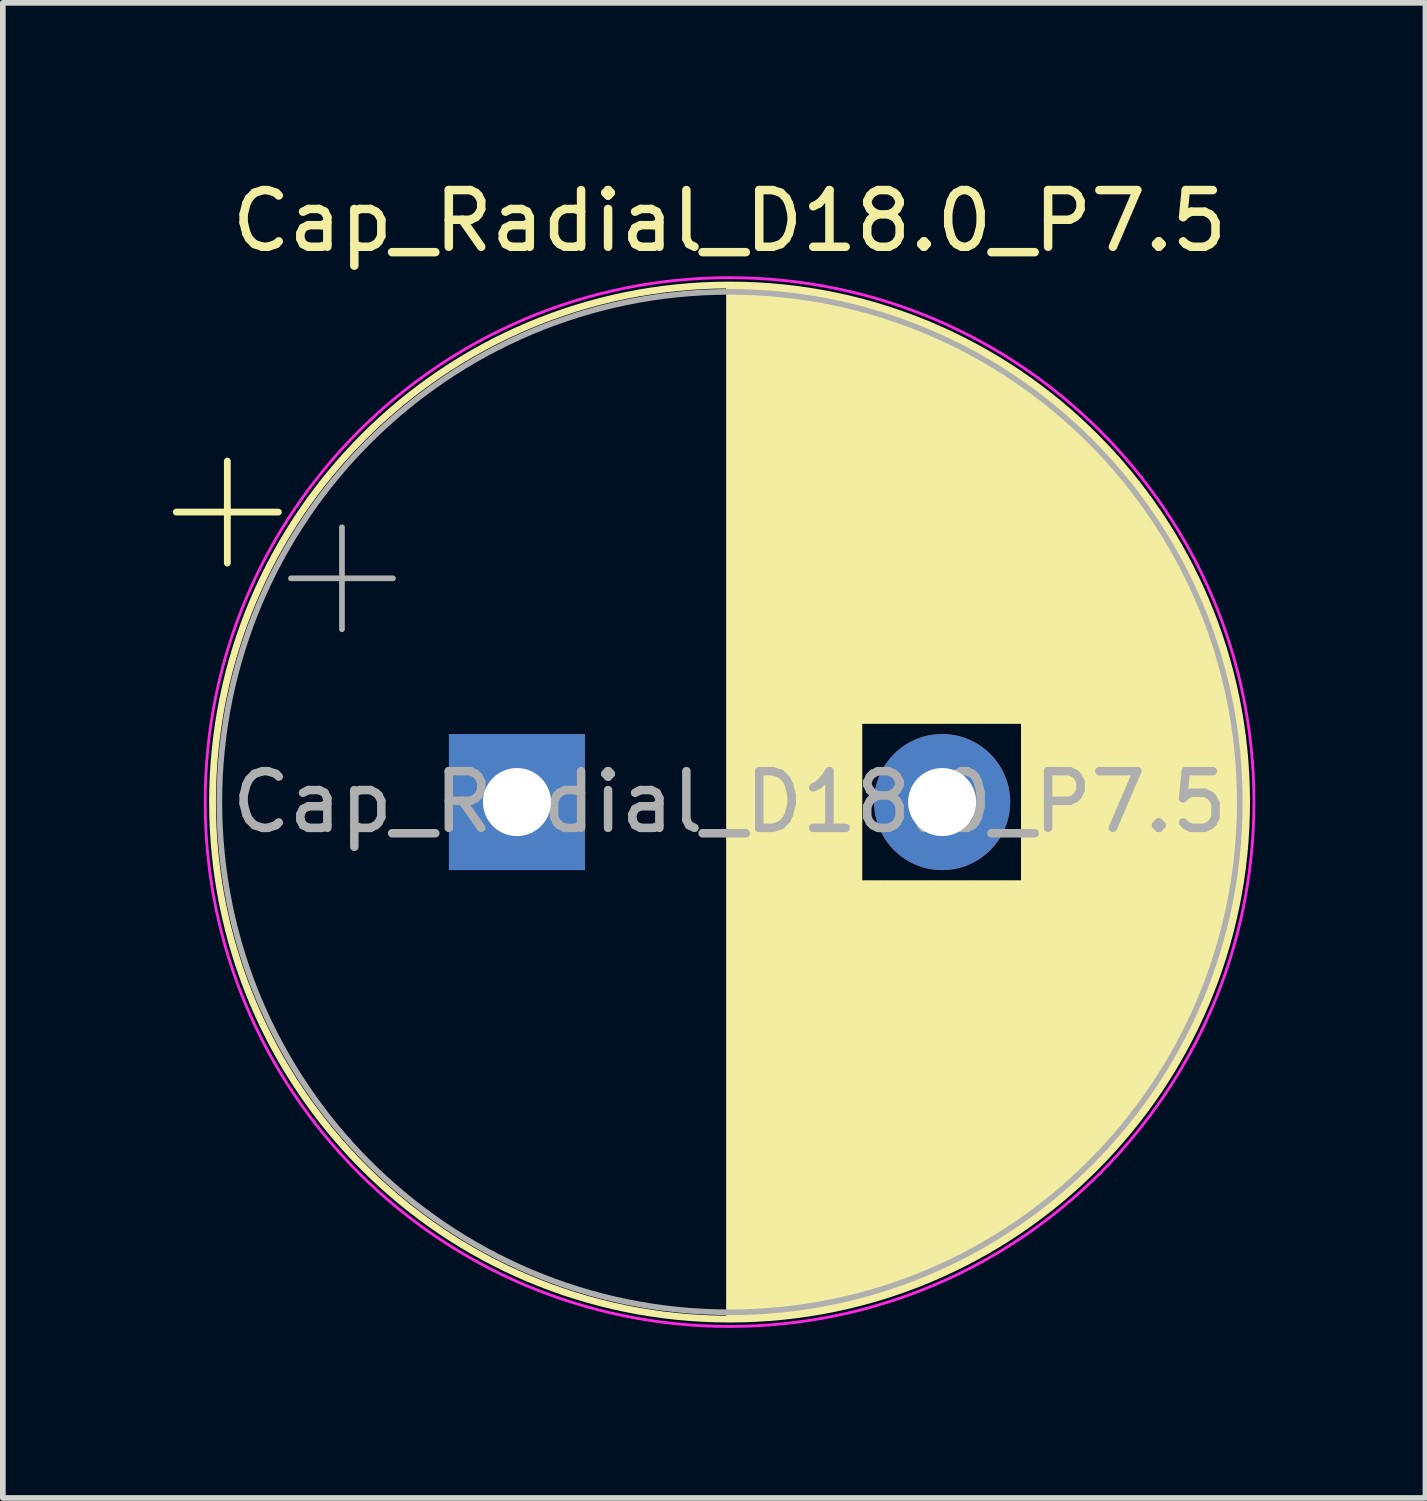
<source format=kicad_pcb>
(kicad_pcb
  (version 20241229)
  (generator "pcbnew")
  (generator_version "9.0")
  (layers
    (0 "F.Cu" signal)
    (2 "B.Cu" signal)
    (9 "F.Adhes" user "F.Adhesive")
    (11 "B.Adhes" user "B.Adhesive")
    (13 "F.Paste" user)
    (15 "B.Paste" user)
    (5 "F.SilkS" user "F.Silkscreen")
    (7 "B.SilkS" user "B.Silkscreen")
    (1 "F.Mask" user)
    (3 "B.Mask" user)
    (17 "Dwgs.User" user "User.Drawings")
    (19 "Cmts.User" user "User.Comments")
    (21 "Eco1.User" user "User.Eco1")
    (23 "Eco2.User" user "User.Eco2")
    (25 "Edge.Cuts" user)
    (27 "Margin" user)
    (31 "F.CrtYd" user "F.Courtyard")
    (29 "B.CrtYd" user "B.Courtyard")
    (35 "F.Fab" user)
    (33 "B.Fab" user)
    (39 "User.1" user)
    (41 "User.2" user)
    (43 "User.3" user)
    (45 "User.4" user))
  (footprint "Cap_Radial_D18.0_P7.5"
    (layer "F.Cu")
    (at 9.819 11.098)
    (property "Reference" "Cap_Radial_D18.0_P7.5" (at 0 -10.25 0) (layer "F.SilkS") (effects (font (size 1 1) (thickness 0.15))))
    (attr through_hole)
    (fp_line (start -9.759 -5.115) (end -7.959 -5.115) (stroke (width 0.12) (type solid)) (layer "F.SilkS"))
    (fp_line (start -8.859 -6.015) (end -8.859 -4.215) (stroke (width 0.12) (type solid)) (layer "F.SilkS"))
    (fp_line (start 0 -9.081) (end 0 9.081) (stroke (width 0.12) (type solid)) (layer "F.SilkS"))
    (fp_line (start 0.04 -9.08) (end 0.04 9.08) (stroke (width 0.12) (type solid)) (layer "F.SilkS"))
    (fp_line (start 0.08 -9.08) (end 0.08 9.08) (stroke (width 0.12) (type solid)) (layer "F.SilkS"))
    (fp_line (start 0.12 -9.08) (end 0.12 9.08) (stroke (width 0.12) (type solid)) (layer "F.SilkS"))
    (fp_line (start 0.16 -9.079) (end 0.16 9.079) (stroke (width 0.12) (type solid)) (layer "F.SilkS"))
    (fp_line (start 0.2 -9.078) (end 0.2 9.078) (stroke (width 0.12) (type solid)) (layer "F.SilkS"))
    (fp_line (start 0.24 -9.077) (end 0.24 9.077) (stroke (width 0.12) (type solid)) (layer "F.SilkS"))
    (fp_line (start 0.28 -9.076) (end 0.28 9.076) (stroke (width 0.12) (type solid)) (layer "F.SilkS"))
    (fp_line (start 0.32 -9.075) (end 0.32 9.075) (stroke (width 0.12) (type solid)) (layer "F.SilkS"))
    (fp_line (start 0.36 -9.073) (end 0.36 9.073) (stroke (width 0.12) (type solid)) (layer "F.SilkS"))
    (fp_line (start 0.4 -9.072) (end 0.4 9.072) (stroke (width 0.12) (type solid)) (layer "F.SilkS"))
    (fp_line (start 0.44 -9.07) (end 0.44 9.07) (stroke (width 0.12) (type solid)) (layer "F.SilkS"))
    (fp_line (start 0.48 -9.068) (end 0.48 9.068) (stroke (width 0.12) (type solid)) (layer "F.SilkS"))
    (fp_line (start 0.52 -9.066) (end 0.52 9.066) (stroke (width 0.12) (type solid)) (layer "F.SilkS"))
    (fp_line (start 0.56 -9.063) (end 0.56 9.063) (stroke (width 0.12) (type solid)) (layer "F.SilkS"))
    (fp_line (start 0.6 -9.061) (end 0.6 9.061) (stroke (width 0.12) (type solid)) (layer "F.SilkS"))
    (fp_line (start 0.64 -9.058) (end 0.64 9.058) (stroke (width 0.12) (type solid)) (layer "F.SilkS"))
    (fp_line (start 0.68 -9.055) (end 0.68 9.055) (stroke (width 0.12) (type solid)) (layer "F.SilkS"))
    (fp_line (start 0.721 -9.052) (end 0.721 9.052) (stroke (width 0.12) (type solid)) (layer "F.SilkS"))
    (fp_line (start 0.761 -9.049) (end 0.761 9.049) (stroke (width 0.12) (type solid)) (layer "F.SilkS"))
    (fp_line (start 0.801 -9.045) (end 0.801 9.045) (stroke (width 0.12) (type solid)) (layer "F.SilkS"))
    (fp_line (start 0.841 -9.042) (end 0.841 9.042) (stroke (width 0.12) (type solid)) (layer "F.SilkS"))
    (fp_line (start 0.881 -9.038) (end 0.881 9.038) (stroke (width 0.12) (type solid)) (layer "F.SilkS"))
    (fp_line (start 0.921 -9.034) (end 0.921 9.034) (stroke (width 0.12) (type solid)) (layer "F.SilkS"))
    (fp_line (start 0.961 -9.03) (end 0.961 9.03) (stroke (width 0.12) (type solid)) (layer "F.SilkS"))
    (fp_line (start 1.001 -9.026) (end 1.001 9.026) (stroke (width 0.12) (type solid)) (layer "F.SilkS"))
    (fp_line (start 1.041 -9.021) (end 1.041 9.021) (stroke (width 0.12) (type solid)) (layer "F.SilkS"))
    (fp_line (start 1.081 -9.016) (end 1.081 9.016) (stroke (width 0.12) (type solid)) (layer "F.SilkS"))
    (fp_line (start 1.121 -9.011) (end 1.121 9.011) (stroke (width 0.12) (type solid)) (layer "F.SilkS"))
    (fp_line (start 1.161 -9.006) (end 1.161 9.006) (stroke (width 0.12) (type solid)) (layer "F.SilkS"))
    (fp_line (start 1.201 -9.001) (end 1.201 9.001) (stroke (width 0.12) (type solid)) (layer "F.SilkS"))
    (fp_line (start 1.241 -8.996) (end 1.241 8.996) (stroke (width 0.12) (type solid)) (layer "F.SilkS"))
    (fp_line (start 1.281 -8.99) (end 1.281 8.99) (stroke (width 0.12) (type solid)) (layer "F.SilkS"))
    (fp_line (start 1.321 -8.984) (end 1.321 8.984) (stroke (width 0.12) (type solid)) (layer "F.SilkS"))
    (fp_line (start 1.361 -8.979) (end 1.361 8.979) (stroke (width 0.12) (type solid)) (layer "F.SilkS"))
    (fp_line (start 1.401 -8.972) (end 1.401 8.972) (stroke (width 0.12) (type solid)) (layer "F.SilkS"))
    (fp_line (start 1.441 -8.966) (end 1.441 8.966) (stroke (width 0.12) (type solid)) (layer "F.SilkS"))
    (fp_line (start 1.481 -8.96) (end 1.481 8.96) (stroke (width 0.12) (type solid)) (layer "F.SilkS"))
    (fp_line (start 1.521 -8.953) (end 1.521 8.953) (stroke (width 0.12) (type solid)) (layer "F.SilkS"))
    (fp_line (start 1.561 -8.946) (end 1.561 8.946) (stroke (width 0.12) (type solid)) (layer "F.SilkS"))
    (fp_line (start 1.601 -8.939) (end 1.601 8.939) (stroke (width 0.12) (type solid)) (layer "F.SilkS"))
    (fp_line (start 1.641 -8.932) (end 1.641 8.932) (stroke (width 0.12) (type solid)) (layer "F.SilkS"))
    (fp_line (start 1.681 -8.924) (end 1.681 8.924) (stroke (width 0.12) (type solid)) (layer "F.SilkS"))
    (fp_line (start 1.721 -8.917) (end 1.721 8.917) (stroke (width 0.12) (type solid)) (layer "F.SilkS"))
    (fp_line (start 1.761 -8.909) (end 1.761 8.909) (stroke (width 0.12) (type solid)) (layer "F.SilkS"))
    (fp_line (start 1.801 -8.901) (end 1.801 8.901) (stroke (width 0.12) (type solid)) (layer "F.SilkS"))
    (fp_line (start 1.841 -8.893) (end 1.841 8.893) (stroke (width 0.12) (type solid)) (layer "F.SilkS"))
    (fp_line (start 1.881 -8.885) (end 1.881 8.885) (stroke (width 0.12) (type solid)) (layer "F.SilkS"))
    (fp_line (start 1.921 -8.876) (end 1.921 8.876) (stroke (width 0.12) (type solid)) (layer "F.SilkS"))
    (fp_line (start 1.961 -8.867) (end 1.961 8.867) (stroke (width 0.12) (type solid)) (layer "F.SilkS"))
    (fp_line (start 2.001 -8.858) (end 2.001 8.858) (stroke (width 0.12) (type solid)) (layer "F.SilkS"))
    (fp_line (start 2.041 -8.849) (end 2.041 8.849) (stroke (width 0.12) (type solid)) (layer "F.SilkS"))
    (fp_line (start 2.081 -8.84) (end 2.081 8.84) (stroke (width 0.12) (type solid)) (layer "F.SilkS"))
    (fp_line (start 2.121 -8.831) (end 2.121 8.831) (stroke (width 0.12) (type solid)) (layer "F.SilkS"))
    (fp_line (start 2.161 -8.821) (end 2.161 8.821) (stroke (width 0.12) (type solid)) (layer "F.SilkS"))
    (fp_line (start 2.201 -8.811) (end 2.201 8.811) (stroke (width 0.12) (type solid)) (layer "F.SilkS"))
    (fp_line (start 2.241 -8.801) (end 2.241 8.801) (stroke (width 0.12) (type solid)) (layer "F.SilkS"))
    (fp_line (start 2.281 -8.791) (end 2.281 8.791) (stroke (width 0.12) (type solid)) (layer "F.SilkS"))
    (fp_line (start 2.321 -8.78) (end 2.321 -1.44) (stroke (width 0.12) (type solid)) (layer "F.SilkS"))
    (fp_line (start 2.321 1.44) (end 2.321 8.78) (stroke (width 0.12) (type solid)) (layer "F.SilkS"))
    (fp_line (start 2.361 -8.77) (end 2.361 -1.44) (stroke (width 0.12) (type solid)) (layer "F.SilkS"))
    (fp_line (start 2.361 1.44) (end 2.361 8.77) (stroke (width 0.12) (type solid)) (layer "F.SilkS"))
    (fp_line (start 2.401 -8.759) (end 2.401 -1.44) (stroke (width 0.12) (type solid)) (layer "F.SilkS"))
    (fp_line (start 2.401 1.44) (end 2.401 8.759) (stroke (width 0.12) (type solid)) (layer "F.SilkS"))
    (fp_line (start 2.441 -8.748) (end 2.441 -1.44) (stroke (width 0.12) (type solid)) (layer "F.SilkS"))
    (fp_line (start 2.441 1.44) (end 2.441 8.748) (stroke (width 0.12) (type solid)) (layer "F.SilkS"))
    (fp_line (start 2.481 -8.737) (end 2.481 -1.44) (stroke (width 0.12) (type solid)) (layer "F.SilkS"))
    (fp_line (start 2.481 1.44) (end 2.481 8.737) (stroke (width 0.12) (type solid)) (layer "F.SilkS"))
    (fp_line (start 2.521 -8.725) (end 2.521 -1.44) (stroke (width 0.12) (type solid)) (layer "F.SilkS"))
    (fp_line (start 2.521 1.44) (end 2.521 8.725) (stroke (width 0.12) (type solid)) (layer "F.SilkS"))
    (fp_line (start 2.561 -8.714) (end 2.561 -1.44) (stroke (width 0.12) (type solid)) (layer "F.SilkS"))
    (fp_line (start 2.561 1.44) (end 2.561 8.714) (stroke (width 0.12) (type solid)) (layer "F.SilkS"))
    (fp_line (start 2.601 -8.702) (end 2.601 -1.44) (stroke (width 0.12) (type solid)) (layer "F.SilkS"))
    (fp_line (start 2.601 1.44) (end 2.601 8.702) (stroke (width 0.12) (type solid)) (layer "F.SilkS"))
    (fp_line (start 2.641 -8.69) (end 2.641 -1.44) (stroke (width 0.12) (type solid)) (layer "F.SilkS"))
    (fp_line (start 2.641 1.44) (end 2.641 8.69) (stroke (width 0.12) (type solid)) (layer "F.SilkS"))
    (fp_line (start 2.681 -8.678) (end 2.681 -1.44) (stroke (width 0.12) (type solid)) (layer "F.SilkS"))
    (fp_line (start 2.681 1.44) (end 2.681 8.678) (stroke (width 0.12) (type solid)) (layer "F.SilkS"))
    (fp_line (start 2.721 -8.665) (end 2.721 -1.44) (stroke (width 0.12) (type solid)) (layer "F.SilkS"))
    (fp_line (start 2.721 1.44) (end 2.721 8.665) (stroke (width 0.12) (type solid)) (layer "F.SilkS"))
    (fp_line (start 2.761 -8.653) (end 2.761 -1.44) (stroke (width 0.12) (type solid)) (layer "F.SilkS"))
    (fp_line (start 2.761 1.44) (end 2.761 8.653) (stroke (width 0.12) (type solid)) (layer "F.SilkS"))
    (fp_line (start 2.801 -8.64) (end 2.801 -1.44) (stroke (width 0.12) (type solid)) (layer "F.SilkS"))
    (fp_line (start 2.801 1.44) (end 2.801 8.64) (stroke (width 0.12) (type solid)) (layer "F.SilkS"))
    (fp_line (start 2.841 -8.627) (end 2.841 -1.44) (stroke (width 0.12) (type solid)) (layer "F.SilkS"))
    (fp_line (start 2.841 1.44) (end 2.841 8.627) (stroke (width 0.12) (type solid)) (layer "F.SilkS"))
    (fp_line (start 2.881 -8.614) (end 2.881 -1.44) (stroke (width 0.12) (type solid)) (layer "F.SilkS"))
    (fp_line (start 2.881 1.44) (end 2.881 8.614) (stroke (width 0.12) (type solid)) (layer "F.SilkS"))
    (fp_line (start 2.921 -8.6) (end 2.921 -1.44) (stroke (width 0.12) (type solid)) (layer "F.SilkS"))
    (fp_line (start 2.921 1.44) (end 2.921 8.6) (stroke (width 0.12) (type solid)) (layer "F.SilkS"))
    (fp_line (start 2.961 -8.587) (end 2.961 -1.44) (stroke (width 0.12) (type solid)) (layer "F.SilkS"))
    (fp_line (start 2.961 1.44) (end 2.961 8.587) (stroke (width 0.12) (type solid)) (layer "F.SilkS"))
    (fp_line (start 3.001 -8.573) (end 3.001 -1.44) (stroke (width 0.12) (type solid)) (layer "F.SilkS"))
    (fp_line (start 3.001 1.44) (end 3.001 8.573) (stroke (width 0.12) (type solid)) (layer "F.SilkS"))
    (fp_line (start 3.041 -8.559) (end 3.041 -1.44) (stroke (width 0.12) (type solid)) (layer "F.SilkS"))
    (fp_line (start 3.041 1.44) (end 3.041 8.559) (stroke (width 0.12) (type solid)) (layer "F.SilkS"))
    (fp_line (start 3.081 -8.545) (end 3.081 -1.44) (stroke (width 0.12) (type solid)) (layer "F.SilkS"))
    (fp_line (start 3.081 1.44) (end 3.081 8.545) (stroke (width 0.12) (type solid)) (layer "F.SilkS"))
    (fp_line (start 3.121 -8.53) (end 3.121 -1.44) (stroke (width 0.12) (type solid)) (layer "F.SilkS"))
    (fp_line (start 3.121 1.44) (end 3.121 8.53) (stroke (width 0.12) (type solid)) (layer "F.SilkS"))
    (fp_line (start 3.161 -8.516) (end 3.161 -1.44) (stroke (width 0.12) (type solid)) (layer "F.SilkS"))
    (fp_line (start 3.161 1.44) (end 3.161 8.516) (stroke (width 0.12) (type solid)) (layer "F.SilkS"))
    (fp_line (start 3.201 -8.501) (end 3.201 -1.44) (stroke (width 0.12) (type solid)) (layer "F.SilkS"))
    (fp_line (start 3.201 1.44) (end 3.201 8.501) (stroke (width 0.12) (type solid)) (layer "F.SilkS"))
    (fp_line (start 3.241 -8.486) (end 3.241 -1.44) (stroke (width 0.12) (type solid)) (layer "F.SilkS"))
    (fp_line (start 3.241 1.44) (end 3.241 8.486) (stroke (width 0.12) (type solid)) (layer "F.SilkS"))
    (fp_line (start 3.281 -8.47) (end 3.281 -1.44) (stroke (width 0.12) (type solid)) (layer "F.SilkS"))
    (fp_line (start 3.281 1.44) (end 3.281 8.47) (stroke (width 0.12) (type solid)) (layer "F.SilkS"))
    (fp_line (start 3.321 -8.455) (end 3.321 -1.44) (stroke (width 0.12) (type solid)) (layer "F.SilkS"))
    (fp_line (start 3.321 1.44) (end 3.321 8.455) (stroke (width 0.12) (type solid)) (layer "F.SilkS"))
    (fp_line (start 3.361 -8.439) (end 3.361 -1.44) (stroke (width 0.12) (type solid)) (layer "F.SilkS"))
    (fp_line (start 3.361 1.44) (end 3.361 8.439) (stroke (width 0.12) (type solid)) (layer "F.SilkS"))
    (fp_line (start 3.401 -8.423) (end 3.401 -1.44) (stroke (width 0.12) (type solid)) (layer "F.SilkS"))
    (fp_line (start 3.401 1.44) (end 3.401 8.423) (stroke (width 0.12) (type solid)) (layer "F.SilkS"))
    (fp_line (start 3.441 -8.407) (end 3.441 -1.44) (stroke (width 0.12) (type solid)) (layer "F.SilkS"))
    (fp_line (start 3.441 1.44) (end 3.441 8.407) (stroke (width 0.12) (type solid)) (layer "F.SilkS"))
    (fp_line (start 3.481 -8.39) (end 3.481 -1.44) (stroke (width 0.12) (type solid)) (layer "F.SilkS"))
    (fp_line (start 3.481 1.44) (end 3.481 8.39) (stroke (width 0.12) (type solid)) (layer "F.SilkS"))
    (fp_line (start 3.521 -8.374) (end 3.521 -1.44) (stroke (width 0.12) (type solid)) (layer "F.SilkS"))
    (fp_line (start 3.521 1.44) (end 3.521 8.374) (stroke (width 0.12) (type solid)) (layer "F.SilkS"))
    (fp_line (start 3.561 -8.357) (end 3.561 -1.44) (stroke (width 0.12) (type solid)) (layer "F.SilkS"))
    (fp_line (start 3.561 1.44) (end 3.561 8.357) (stroke (width 0.12) (type solid)) (layer "F.SilkS"))
    (fp_line (start 3.601 -8.34) (end 3.601 -1.44) (stroke (width 0.12) (type solid)) (layer "F.SilkS"))
    (fp_line (start 3.601 1.44) (end 3.601 8.34) (stroke (width 0.12) (type solid)) (layer "F.SilkS"))
    (fp_line (start 3.641 -8.323) (end 3.641 -1.44) (stroke (width 0.12) (type solid)) (layer "F.SilkS"))
    (fp_line (start 3.641 1.44) (end 3.641 8.323) (stroke (width 0.12) (type solid)) (layer "F.SilkS"))
    (fp_line (start 3.681 -8.305) (end 3.681 -1.44) (stroke (width 0.12) (type solid)) (layer "F.SilkS"))
    (fp_line (start 3.681 1.44) (end 3.681 8.305) (stroke (width 0.12) (type solid)) (layer "F.SilkS"))
    (fp_line (start 3.721 -8.287) (end 3.721 -1.44) (stroke (width 0.12) (type solid)) (layer "F.SilkS"))
    (fp_line (start 3.721 1.44) (end 3.721 8.287) (stroke (width 0.12) (type solid)) (layer "F.SilkS"))
    (fp_line (start 3.761 -8.269) (end 3.761 -1.44) (stroke (width 0.12) (type solid)) (layer "F.SilkS"))
    (fp_line (start 3.761 1.44) (end 3.761 8.269) (stroke (width 0.12) (type solid)) (layer "F.SilkS"))
    (fp_line (start 3.801 -8.251) (end 3.801 -1.44) (stroke (width 0.12) (type solid)) (layer "F.SilkS"))
    (fp_line (start 3.801 1.44) (end 3.801 8.251) (stroke (width 0.12) (type solid)) (layer "F.SilkS"))
    (fp_line (start 3.841 -8.233) (end 3.841 -1.44) (stroke (width 0.12) (type solid)) (layer "F.SilkS"))
    (fp_line (start 3.841 1.44) (end 3.841 8.233) (stroke (width 0.12) (type solid)) (layer "F.SilkS"))
    (fp_line (start 3.881 -8.214) (end 3.881 -1.44) (stroke (width 0.12) (type solid)) (layer "F.SilkS"))
    (fp_line (start 3.881 1.44) (end 3.881 8.214) (stroke (width 0.12) (type solid)) (layer "F.SilkS"))
    (fp_line (start 3.921 -8.195) (end 3.921 -1.44) (stroke (width 0.12) (type solid)) (layer "F.SilkS"))
    (fp_line (start 3.921 1.44) (end 3.921 8.195) (stroke (width 0.12) (type solid)) (layer "F.SilkS"))
    (fp_line (start 3.961 -8.176) (end 3.961 -1.44) (stroke (width 0.12) (type solid)) (layer "F.SilkS"))
    (fp_line (start 3.961 1.44) (end 3.961 8.176) (stroke (width 0.12) (type solid)) (layer "F.SilkS"))
    (fp_line (start 4.001 -8.156) (end 4.001 -1.44) (stroke (width 0.12) (type solid)) (layer "F.SilkS"))
    (fp_line (start 4.001 1.44) (end 4.001 8.156) (stroke (width 0.12) (type solid)) (layer "F.SilkS"))
    (fp_line (start 4.041 -8.137) (end 4.041 -1.44) (stroke (width 0.12) (type solid)) (layer "F.SilkS"))
    (fp_line (start 4.041 1.44) (end 4.041 8.137) (stroke (width 0.12) (type solid)) (layer "F.SilkS"))
    (fp_line (start 4.081 -8.117) (end 4.081 -1.44) (stroke (width 0.12) (type solid)) (layer "F.SilkS"))
    (fp_line (start 4.081 1.44) (end 4.081 8.117) (stroke (width 0.12) (type solid)) (layer "F.SilkS"))
    (fp_line (start 4.121 -8.097) (end 4.121 -1.44) (stroke (width 0.12) (type solid)) (layer "F.SilkS"))
    (fp_line (start 4.121 1.44) (end 4.121 8.097) (stroke (width 0.12) (type solid)) (layer "F.SilkS"))
    (fp_line (start 4.161 -8.076) (end 4.161 -1.44) (stroke (width 0.12) (type solid)) (layer "F.SilkS"))
    (fp_line (start 4.161 1.44) (end 4.161 8.076) (stroke (width 0.12) (type solid)) (layer "F.SilkS"))
    (fp_line (start 4.201 -8.056) (end 4.201 -1.44) (stroke (width 0.12) (type solid)) (layer "F.SilkS"))
    (fp_line (start 4.201 1.44) (end 4.201 8.056) (stroke (width 0.12) (type solid)) (layer "F.SilkS"))
    (fp_line (start 4.241 -8.035) (end 4.241 -1.44) (stroke (width 0.12) (type solid)) (layer "F.SilkS"))
    (fp_line (start 4.241 1.44) (end 4.241 8.035) (stroke (width 0.12) (type solid)) (layer "F.SilkS"))
    (fp_line (start 4.281 -8.014) (end 4.281 -1.44) (stroke (width 0.12) (type solid)) (layer "F.SilkS"))
    (fp_line (start 4.281 1.44) (end 4.281 8.014) (stroke (width 0.12) (type solid)) (layer "F.SilkS"))
    (fp_line (start 4.321 -7.992) (end 4.321 -1.44) (stroke (width 0.12) (type solid)) (layer "F.SilkS"))
    (fp_line (start 4.321 1.44) (end 4.321 7.992) (stroke (width 0.12) (type solid)) (layer "F.SilkS"))
    (fp_line (start 4.361 -7.971) (end 4.361 -1.44) (stroke (width 0.12) (type solid)) (layer "F.SilkS"))
    (fp_line (start 4.361 1.44) (end 4.361 7.971) (stroke (width 0.12) (type solid)) (layer "F.SilkS"))
    (fp_line (start 4.401 -7.949) (end 4.401 -1.44) (stroke (width 0.12) (type solid)) (layer "F.SilkS"))
    (fp_line (start 4.401 1.44) (end 4.401 7.949) (stroke (width 0.12) (type solid)) (layer "F.SilkS"))
    (fp_line (start 4.441 -7.927) (end 4.441 -1.44) (stroke (width 0.12) (type solid)) (layer "F.SilkS"))
    (fp_line (start 4.441 1.44) (end 4.441 7.927) (stroke (width 0.12) (type solid)) (layer "F.SilkS"))
    (fp_line (start 4.481 -7.904) (end 4.481 -1.44) (stroke (width 0.12) (type solid)) (layer "F.SilkS"))
    (fp_line (start 4.481 1.44) (end 4.481 7.904) (stroke (width 0.12) (type solid)) (layer "F.SilkS"))
    (fp_line (start 4.521 -7.882) (end 4.521 -1.44) (stroke (width 0.12) (type solid)) (layer "F.SilkS"))
    (fp_line (start 4.521 1.44) (end 4.521 7.882) (stroke (width 0.12) (type solid)) (layer "F.SilkS"))
    (fp_line (start 4.561 -7.859) (end 4.561 -1.44) (stroke (width 0.12) (type solid)) (layer "F.SilkS"))
    (fp_line (start 4.561 1.44) (end 4.561 7.859) (stroke (width 0.12) (type solid)) (layer "F.SilkS"))
    (fp_line (start 4.601 -7.835) (end 4.601 -1.44) (stroke (width 0.12) (type solid)) (layer "F.SilkS"))
    (fp_line (start 4.601 1.44) (end 4.601 7.835) (stroke (width 0.12) (type solid)) (layer "F.SilkS"))
    (fp_line (start 4.641 -7.812) (end 4.641 -1.44) (stroke (width 0.12) (type solid)) (layer "F.SilkS"))
    (fp_line (start 4.641 1.44) (end 4.641 7.812) (stroke (width 0.12) (type solid)) (layer "F.SilkS"))
    (fp_line (start 4.681 -7.788) (end 4.681 -1.44) (stroke (width 0.12) (type solid)) (layer "F.SilkS"))
    (fp_line (start 4.681 1.44) (end 4.681 7.788) (stroke (width 0.12) (type solid)) (layer "F.SilkS"))
    (fp_line (start 4.721 -7.764) (end 4.721 -1.44) (stroke (width 0.12) (type solid)) (layer "F.SilkS"))
    (fp_line (start 4.721 1.44) (end 4.721 7.764) (stroke (width 0.12) (type solid)) (layer "F.SilkS"))
    (fp_line (start 4.761 -7.74) (end 4.761 -1.44) (stroke (width 0.12) (type solid)) (layer "F.SilkS"))
    (fp_line (start 4.761 1.44) (end 4.761 7.74) (stroke (width 0.12) (type solid)) (layer "F.SilkS"))
    (fp_line (start 4.801 -7.715) (end 4.801 -1.44) (stroke (width 0.12) (type solid)) (layer "F.SilkS"))
    (fp_line (start 4.801 1.44) (end 4.801 7.715) (stroke (width 0.12) (type solid)) (layer "F.SilkS"))
    (fp_line (start 4.841 -7.69) (end 4.841 -1.44) (stroke (width 0.12) (type solid)) (layer "F.SilkS"))
    (fp_line (start 4.841 1.44) (end 4.841 7.69) (stroke (width 0.12) (type solid)) (layer "F.SilkS"))
    (fp_line (start 4.881 -7.665) (end 4.881 -1.44) (stroke (width 0.12) (type solid)) (layer "F.SilkS"))
    (fp_line (start 4.881 1.44) (end 4.881 7.665) (stroke (width 0.12) (type solid)) (layer "F.SilkS"))
    (fp_line (start 4.921 -7.64) (end 4.921 -1.44) (stroke (width 0.12) (type solid)) (layer "F.SilkS"))
    (fp_line (start 4.921 1.44) (end 4.921 7.64) (stroke (width 0.12) (type solid)) (layer "F.SilkS"))
    (fp_line (start 4.961 -7.614) (end 4.961 -1.44) (stroke (width 0.12) (type solid)) (layer "F.SilkS"))
    (fp_line (start 4.961 1.44) (end 4.961 7.614) (stroke (width 0.12) (type solid)) (layer "F.SilkS"))
    (fp_line (start 5.001 -7.588) (end 5.001 -1.44) (stroke (width 0.12) (type solid)) (layer "F.SilkS"))
    (fp_line (start 5.001 1.44) (end 5.001 7.588) (stroke (width 0.12) (type solid)) (layer "F.SilkS"))
    (fp_line (start 5.041 -7.561) (end 5.041 -1.44) (stroke (width 0.12) (type solid)) (layer "F.SilkS"))
    (fp_line (start 5.041 1.44) (end 5.041 7.561) (stroke (width 0.12) (type solid)) (layer "F.SilkS"))
    (fp_line (start 5.081 -7.535) (end 5.081 -1.44) (stroke (width 0.12) (type solid)) (layer "F.SilkS"))
    (fp_line (start 5.081 1.44) (end 5.081 7.535) (stroke (width 0.12) (type solid)) (layer "F.SilkS"))
    (fp_line (start 5.121 -7.508) (end 5.121 -1.44) (stroke (width 0.12) (type solid)) (layer "F.SilkS"))
    (fp_line (start 5.121 1.44) (end 5.121 7.508) (stroke (width 0.12) (type solid)) (layer "F.SilkS"))
    (fp_line (start 5.161 -7.48) (end 5.161 -1.44) (stroke (width 0.12) (type solid)) (layer "F.SilkS"))
    (fp_line (start 5.161 1.44) (end 5.161 7.48) (stroke (width 0.12) (type solid)) (layer "F.SilkS"))
    (fp_line (start 5.201 -7.453) (end 5.201 7.453) (stroke (width 0.12) (type solid)) (layer "F.SilkS"))
    (fp_line (start 5.241 -7.425) (end 5.241 7.425) (stroke (width 0.12) (type solid)) (layer "F.SilkS"))
    (fp_line (start 5.281 -7.397) (end 5.281 7.397) (stroke (width 0.12) (type solid)) (layer "F.SilkS"))
    (fp_line (start 5.321 -7.368) (end 5.321 7.368) (stroke (width 0.12) (type solid)) (layer "F.SilkS"))
    (fp_line (start 5.361 -7.339) (end 5.361 7.339) (stroke (width 0.12) (type solid)) (layer "F.SilkS"))
    (fp_line (start 5.401 -7.31) (end 5.401 7.31) (stroke (width 0.12) (type solid)) (layer "F.SilkS"))
    (fp_line (start 5.441 -7.28) (end 5.441 7.28) (stroke (width 0.12) (type solid)) (layer "F.SilkS"))
    (fp_line (start 5.481 -7.25) (end 5.481 7.25) (stroke (width 0.12) (type solid)) (layer "F.SilkS"))
    (fp_line (start 5.521 -7.22) (end 5.521 7.22) (stroke (width 0.12) (type solid)) (layer "F.SilkS"))
    (fp_line (start 5.561 -7.19) (end 5.561 7.19) (stroke (width 0.12) (type solid)) (layer "F.SilkS"))
    (fp_line (start 5.601 -7.159) (end 5.601 7.159) (stroke (width 0.12) (type solid)) (layer "F.SilkS"))
    (fp_line (start 5.641 -7.127) (end 5.641 7.127) (stroke (width 0.12) (type solid)) (layer "F.SilkS"))
    (fp_line (start 5.681 -7.096) (end 5.681 7.096) (stroke (width 0.12) (type solid)) (layer "F.SilkS"))
    (fp_line (start 5.721 -7.064) (end 5.721 7.064) (stroke (width 0.12) (type solid)) (layer "F.SilkS"))
    (fp_line (start 5.761 -7.031) (end 5.761 7.031) (stroke (width 0.12) (type solid)) (layer "F.SilkS"))
    (fp_line (start 5.801 -6.999) (end 5.801 6.999) (stroke (width 0.12) (type solid)) (layer "F.SilkS"))
    (fp_line (start 5.841 -6.965) (end 5.841 6.965) (stroke (width 0.12) (type solid)) (layer "F.SilkS"))
    (fp_line (start 5.881 -6.932) (end 5.881 6.932) (stroke (width 0.12) (type solid)) (layer "F.SilkS"))
    (fp_line (start 5.921 -6.898) (end 5.921 6.898) (stroke (width 0.12) (type solid)) (layer "F.SilkS"))
    (fp_line (start 5.961 -6.864) (end 5.961 6.864) (stroke (width 0.12) (type solid)) (layer "F.SilkS"))
    (fp_line (start 6.001 -6.829) (end 6.001 6.829) (stroke (width 0.12) (type solid)) (layer "F.SilkS"))
    (fp_line (start 6.041 -6.794) (end 6.041 6.794) (stroke (width 0.12) (type solid)) (layer "F.SilkS"))
    (fp_line (start 6.081 -6.758) (end 6.081 6.758) (stroke (width 0.12) (type solid)) (layer "F.SilkS"))
    (fp_line (start 6.121 -6.722) (end 6.121 6.722) (stroke (width 0.12) (type solid)) (layer "F.SilkS"))
    (fp_line (start 6.161 -6.686) (end 6.161 6.686) (stroke (width 0.12) (type solid)) (layer "F.SilkS"))
    (fp_line (start 6.201 -6.649) (end 6.201 6.649) (stroke (width 0.12) (type solid)) (layer "F.SilkS"))
    (fp_line (start 6.241 -6.612) (end 6.241 6.612) (stroke (width 0.12) (type solid)) (layer "F.SilkS"))
    (fp_line (start 6.281 -6.574) (end 6.281 6.574) (stroke (width 0.12) (type solid)) (layer "F.SilkS"))
    (fp_line (start 6.321 -6.536) (end 6.321 6.536) (stroke (width 0.12) (type solid)) (layer "F.SilkS"))
    (fp_line (start 6.361 -6.497) (end 6.361 6.497) (stroke (width 0.12) (type solid)) (layer "F.SilkS"))
    (fp_line (start 6.401 -6.458) (end 6.401 6.458) (stroke (width 0.12) (type solid)) (layer "F.SilkS"))
    (fp_line (start 6.441 -6.418) (end 6.441 6.418) (stroke (width 0.12) (type solid)) (layer "F.SilkS"))
    (fp_line (start 6.481 -6.378) (end 6.481 6.378) (stroke (width 0.12) (type solid)) (layer "F.SilkS"))
    (fp_line (start 6.521 -6.337) (end 6.521 6.337) (stroke (width 0.12) (type solid)) (layer "F.SilkS"))
    (fp_line (start 6.561 -6.296) (end 6.561 6.296) (stroke (width 0.12) (type solid)) (layer "F.SilkS"))
    (fp_line (start 6.601 -6.254) (end 6.601 6.254) (stroke (width 0.12) (type solid)) (layer "F.SilkS"))
    (fp_line (start 6.641 -6.212) (end 6.641 6.212) (stroke (width 0.12) (type solid)) (layer "F.SilkS"))
    (fp_line (start 6.681 -6.17) (end 6.681 6.17) (stroke (width 0.12) (type solid)) (layer "F.SilkS"))
    (fp_line (start 6.721 -6.126) (end 6.721 6.126) (stroke (width 0.12) (type solid)) (layer "F.SilkS"))
    (fp_line (start 6.761 -6.082) (end 6.761 6.082) (stroke (width 0.12) (type solid)) (layer "F.SilkS"))
    (fp_line (start 6.801 -6.038) (end 6.801 6.038) (stroke (width 0.12) (type solid)) (layer "F.SilkS"))
    (fp_line (start 6.841 -5.993) (end 6.841 5.993) (stroke (width 0.12) (type solid)) (layer "F.SilkS"))
    (fp_line (start 6.881 -5.947) (end 6.881 5.947) (stroke (width 0.12) (type solid)) (layer "F.SilkS"))
    (fp_line (start 6.921 -5.901) (end 6.921 5.901) (stroke (width 0.12) (type solid)) (layer "F.SilkS"))
    (fp_line (start 6.961 -5.854) (end 6.961 5.854) (stroke (width 0.12) (type solid)) (layer "F.SilkS"))
    (fp_line (start 7.001 -5.806) (end 7.001 5.806) (stroke (width 0.12) (type solid)) (layer "F.SilkS"))
    (fp_line (start 7.041 -5.758) (end 7.041 5.758) (stroke (width 0.12) (type solid)) (layer "F.SilkS"))
    (fp_line (start 7.081 -5.709) (end 7.081 5.709) (stroke (width 0.12) (type solid)) (layer "F.SilkS"))
    (fp_line (start 7.121 -5.66) (end 7.121 5.66) (stroke (width 0.12) (type solid)) (layer "F.SilkS"))
    (fp_line (start 7.161 -5.609) (end 7.161 5.609) (stroke (width 0.12) (type solid)) (layer "F.SilkS"))
    (fp_line (start 7.201 -5.558) (end 7.201 5.558) (stroke (width 0.12) (type solid)) (layer "F.SilkS"))
    (fp_line (start 7.241 -5.506) (end 7.241 5.506) (stroke (width 0.12) (type solid)) (layer "F.SilkS"))
    (fp_line (start 7.281 -5.454) (end 7.281 5.454) (stroke (width 0.12) (type solid)) (layer "F.SilkS"))
    (fp_line (start 7.321 -5.4) (end 7.321 5.4) (stroke (width 0.12) (type solid)) (layer "F.SilkS"))
    (fp_line (start 7.361 -5.346) (end 7.361 5.346) (stroke (width 0.12) (type solid)) (layer "F.SilkS"))
    (fp_line (start 7.401 -5.291) (end 7.401 5.291) (stroke (width 0.12) (type solid)) (layer "F.SilkS"))
    (fp_line (start 7.441 -5.235) (end 7.441 5.235) (stroke (width 0.12) (type solid)) (layer "F.SilkS"))
    (fp_line (start 7.481 -5.178) (end 7.481 5.178) (stroke (width 0.12) (type solid)) (layer "F.SilkS"))
    (fp_line (start 7.521 -5.12) (end 7.521 5.12) (stroke (width 0.12) (type solid)) (layer "F.SilkS"))
    (fp_line (start 7.561 -5.062) (end 7.561 5.062) (stroke (width 0.12) (type solid)) (layer "F.SilkS"))
    (fp_line (start 7.601 -5.002) (end 7.601 5.002) (stroke (width 0.12) (type solid)) (layer "F.SilkS"))
    (fp_line (start 7.641 -4.941) (end 7.641 4.941) (stroke (width 0.12) (type solid)) (layer "F.SilkS"))
    (fp_line (start 7.681 -4.879) (end 7.681 4.879) (stroke (width 0.12) (type solid)) (layer "F.SilkS"))
    (fp_line (start 7.721 -4.816) (end 7.721 4.816) (stroke (width 0.12) (type solid)) (layer "F.SilkS"))
    (fp_line (start 7.761 -4.752) (end 7.761 4.752) (stroke (width 0.12) (type solid)) (layer "F.SilkS"))
    (fp_line (start 7.801 -4.686) (end 7.801 4.686) (stroke (width 0.12) (type solid)) (layer "F.SilkS"))
    (fp_line (start 7.841 -4.62) (end 7.841 4.62) (stroke (width 0.12) (type solid)) (layer "F.SilkS"))
    (fp_line (start 7.881 -4.552) (end 7.881 4.552) (stroke (width 0.12) (type solid)) (layer "F.SilkS"))
    (fp_line (start 7.921 -4.482) (end 7.921 4.482) (stroke (width 0.12) (type solid)) (layer "F.SilkS"))
    (fp_line (start 7.961 -4.412) (end 7.961 4.412) (stroke (width 0.12) (type solid)) (layer "F.SilkS"))
    (fp_line (start 8.001 -4.339) (end 8.001 4.339) (stroke (width 0.12) (type solid)) (layer "F.SilkS"))
    (fp_line (start 8.041 -4.265) (end 8.041 4.265) (stroke (width 0.12) (type solid)) (layer "F.SilkS"))
    (fp_line (start 8.081 -4.19) (end 8.081 4.19) (stroke (width 0.12) (type solid)) (layer "F.SilkS"))
    (fp_line (start 8.121 -4.113) (end 8.121 4.113) (stroke (width 0.12) (type solid)) (layer "F.SilkS"))
    (fp_line (start 8.161 -4.033) (end 8.161 4.033) (stroke (width 0.12) (type solid)) (layer "F.SilkS"))
    (fp_line (start 8.2 -3.952) (end 8.2 3.952) (stroke (width 0.12) (type solid)) (layer "F.SilkS"))
    (fp_line (start 8.24 -3.869) (end 8.24 3.869) (stroke (width 0.12) (type solid)) (layer "F.SilkS"))
    (fp_line (start 8.28 -3.784) (end 8.28 3.784) (stroke (width 0.12) (type solid)) (layer "F.SilkS"))
    (fp_line (start 8.32 -3.696) (end 8.32 3.696) (stroke (width 0.12) (type solid)) (layer "F.SilkS"))
    (fp_line (start 8.36 -3.605) (end 8.36 3.605) (stroke (width 0.12) (type solid)) (layer "F.SilkS"))
    (fp_line (start 8.4 -3.512) (end 8.4 3.512) (stroke (width 0.12) (type solid)) (layer "F.SilkS"))
    (fp_line (start 8.44 -3.416) (end 8.44 3.416) (stroke (width 0.12) (type solid)) (layer "F.SilkS"))
    (fp_line (start 8.48 -3.317) (end 8.48 3.317) (stroke (width 0.12) (type solid)) (layer "F.SilkS"))
    (fp_line (start 8.52 -3.214) (end 8.52 3.214) (stroke (width 0.12) (type solid)) (layer "F.SilkS"))
    (fp_line (start 8.56 -3.107) (end 8.56 3.107) (stroke (width 0.12) (type solid)) (layer "F.SilkS"))
    (fp_line (start 8.6 -2.996) (end 8.6 2.996) (stroke (width 0.12) (type solid)) (layer "F.SilkS"))
    (fp_line (start 8.64 -2.88) (end 8.64 2.88) (stroke (width 0.12) (type solid)) (layer "F.SilkS"))
    (fp_line (start 8.68 -2.759) (end 8.68 2.759) (stroke (width 0.12) (type solid)) (layer "F.SilkS"))
    (fp_line (start 8.72 -2.632) (end 8.72 2.632) (stroke (width 0.12) (type solid)) (layer "F.SilkS"))
    (fp_line (start 8.76 -2.498) (end 8.76 2.498) (stroke (width 0.12) (type solid)) (layer "F.SilkS"))
    (fp_line (start 8.8 -2.355) (end 8.8 2.355) (stroke (width 0.12) (type solid)) (layer "F.SilkS"))
    (fp_line (start 8.84 -2.203) (end 8.84 2.203) (stroke (width 0.12) (type solid)) (layer "F.SilkS"))
    (fp_line (start 8.88 -2.039) (end 8.88 2.039) (stroke (width 0.12) (type solid)) (layer "F.SilkS"))
    (fp_line (start 8.92 -1.86) (end 8.92 1.86) (stroke (width 0.12) (type solid)) (layer "F.SilkS"))
    (fp_line (start 8.96 -1.661) (end 8.96 1.661) (stroke (width 0.12) (type solid)) (layer "F.SilkS"))
    (fp_line (start 9 -1.435) (end 9 1.435) (stroke (width 0.12) (type solid)) (layer "F.SilkS"))
    (fp_line (start 9.04 -1.166) (end 9.04 1.166) (stroke (width 0.12) (type solid)) (layer "F.SilkS"))
    (fp_line (start 9.08 -0.814) (end 9.08 0.814) (stroke (width 0.12) (type solid)) (layer "F.SilkS"))
    (fp_line (start 9.12 -0.04) (end 9.12 0.04) (stroke (width 0.12) (type solid)) (layer "F.SilkS"))
    (fp_circle (center 0 0) (end 9.12 0) (stroke (width 0.12) (type solid)) (fill no) (layer "F.SilkS"))
    (fp_circle (center 0 0) (end 9.25 0) (stroke (width 0.05) (type solid)) (fill no) (layer "F.CrtYd"))
    (fp_line (start -7.737 -3.947) (end -5.937 -3.947) (stroke (width 0.1) (type solid)) (layer "F.Fab"))
    (fp_line (start -6.837 -4.848) (end -6.837 -3.047) (stroke (width 0.1) (type solid)) (layer "F.Fab"))
    (fp_circle (center 0 0) (end 9 0) (stroke (width 0.1) (type solid)) (fill no) (layer "F.Fab"))
    (fp_text user "${REFERENCE}" (at 0 0 0) (layer "F.Fab") (effects (font (size 1 1) (thickness 0.15))))
    (pad "1" thru_hole rect (at -3.75 0) (size 2.4 2.4) (drill 1.2) (layers "*.Cu" "*.Mask"))
    (pad "2" thru_hole circle (at 3.75 0) (size 2.4 2.4) (drill 1.2) (layers "*.Cu" "*.Mask")))
  (gr_rect
    (start -3 -3)
    (end 22.094 23.373)
    (stroke (width 0.1) (type default))
    (fill no)
    (layer "Edge.Cuts")))
</source>
